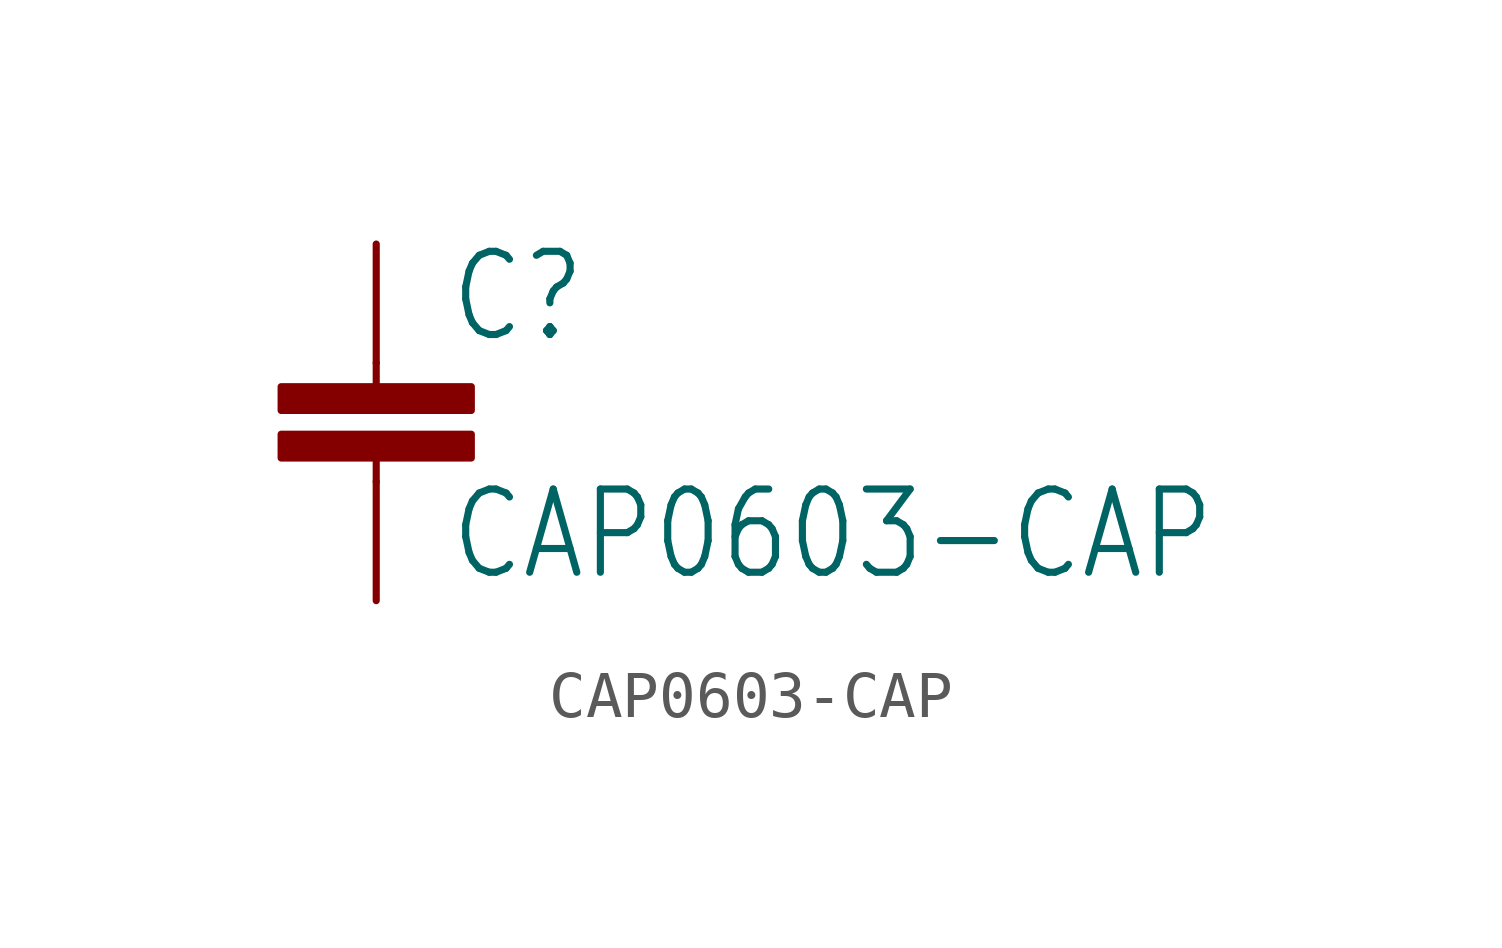
<source format=kicad_sym>
(kicad_symbol_lib
  (version 20211014)
  (generator kicad_symbol_editor)
  (symbol "CAP0603-CAP"
    (property "Reference" "C"
      (at 1.524 2.921 0)
      (effects (font (size 1.778 1.511)) (justify left bottom)))
    (property "Value" "CAP0603-CAP"
      (at 1.524 -2.159 0)
      (effects (font (size 1.778 1.511)) (justify left bottom)))
    (property "ki_locked" ""
      (at 0 0 0)
      (effects (font (size 1.27 1.27))))
    (symbol "CAP0603-CAP_1_0"
      (rectangle (start -2.032 0.508) (end 2.032 1.016) (stroke (width 0) (type default) (color 0 0 0 0)) (fill (type outline)))
      (rectangle (start -2.032 1.524) (end 2.032 2.032) (stroke (width 0) (type default) (color 0 0 0 0)) (fill (type outline)))
      (polyline (pts (xy 0 0) (xy 0 0.508)) (stroke (width 0.152) (type default) (color 0 0 0 0)) (fill (type none)))
      (polyline (pts (xy 0 2.54) (xy 0 2.032)) (stroke (width 0.152) (type default) (color 0 0 0 0)) (fill (type none)))
      (pin passive line (at 0 5.08 270) (length 2.54) (name "1" (effects (font (size 0 0)))) (number "1" (effects (font (size 0 0)))))
      (pin passive line (at 0 -2.54 90) (length 2.54) (name "2" (effects (font (size 0 0)))) (number "2" (effects (font (size 0 0))))))))
</source>
